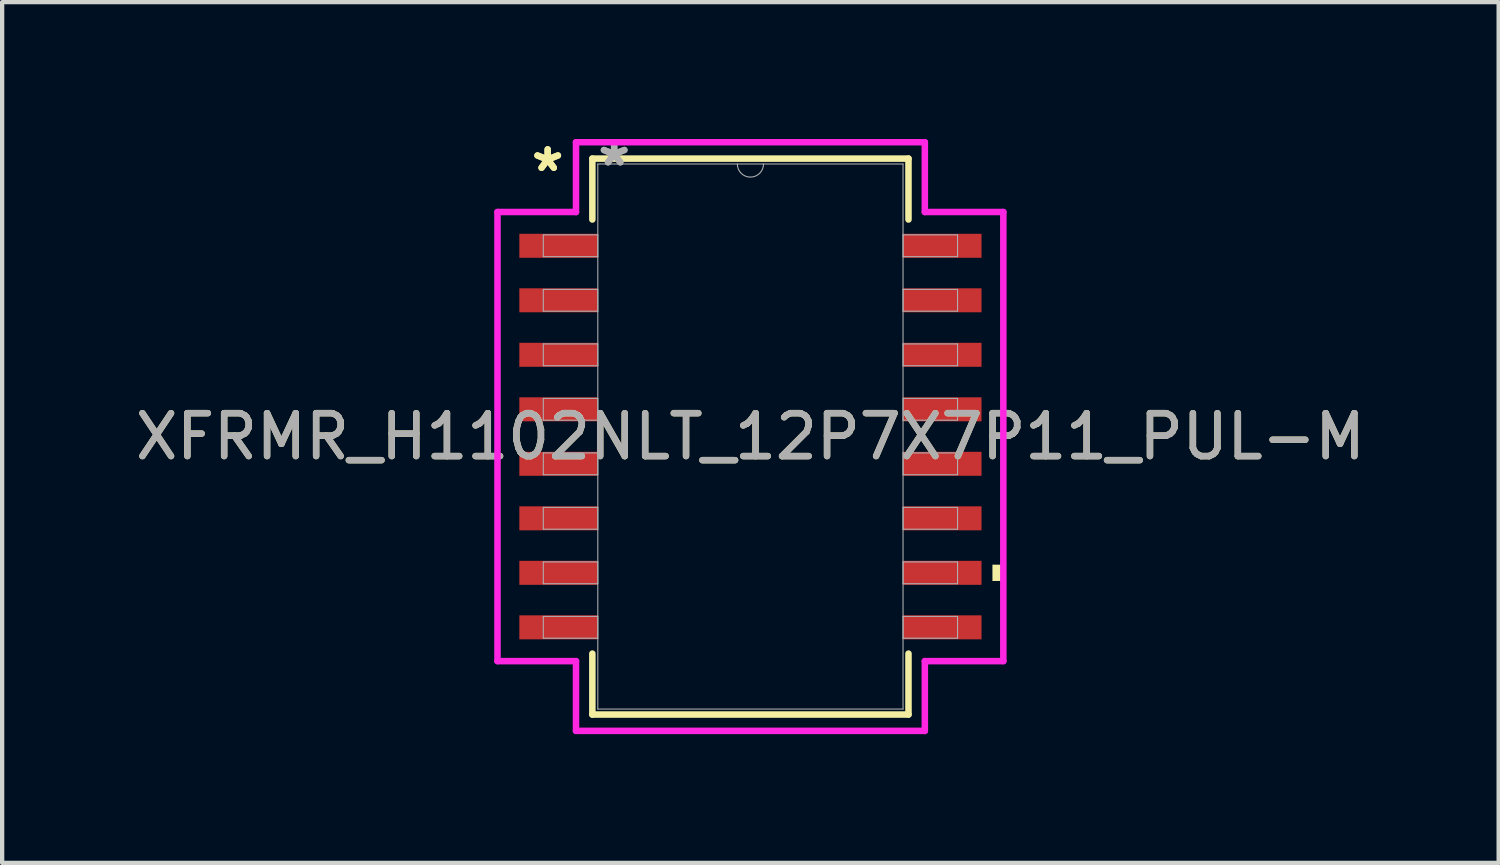
<source format=kicad_pcb>
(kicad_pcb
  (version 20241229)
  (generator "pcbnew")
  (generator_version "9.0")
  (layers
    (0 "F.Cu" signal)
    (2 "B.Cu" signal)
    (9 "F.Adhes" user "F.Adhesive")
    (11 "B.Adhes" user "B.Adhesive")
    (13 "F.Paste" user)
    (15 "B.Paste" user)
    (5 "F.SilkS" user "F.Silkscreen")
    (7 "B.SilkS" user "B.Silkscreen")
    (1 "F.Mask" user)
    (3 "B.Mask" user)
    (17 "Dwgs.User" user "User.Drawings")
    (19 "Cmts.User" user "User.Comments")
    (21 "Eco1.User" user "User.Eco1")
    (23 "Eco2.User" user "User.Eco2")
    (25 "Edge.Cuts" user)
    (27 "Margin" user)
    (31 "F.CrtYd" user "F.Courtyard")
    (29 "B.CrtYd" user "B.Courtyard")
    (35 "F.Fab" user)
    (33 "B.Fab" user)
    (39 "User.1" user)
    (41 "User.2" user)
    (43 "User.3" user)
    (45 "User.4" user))
  (footprint "XFRMR_H1102NLT_12P7X7P11_PUL-M"
    (layer "F.Cu")
    (at 14.435 7.122)
    (property "Reference" "XFRMR_H1102NLT_12P7X7P11_PUL-M" (at 0 0 0) (unlocked yes) (layer "F.SilkS") (effects (font (size 1 1) (thickness 0.15))))
    (attr smd)
    (fp_line (start -3.683 -6.477) (end -3.683 -5.057) (stroke (width 0.152) (type solid)) (layer "F.SilkS"))
    (fp_line (start -3.683 5.057) (end -3.683 6.477) (stroke (width 0.152) (type solid)) (layer "F.SilkS"))
    (fp_line (start -3.683 6.477) (end 3.683 6.477) (stroke (width 0.152) (type solid)) (layer "F.SilkS"))
    (fp_line (start 3.683 -6.477) (end -3.683 -6.477) (stroke (width 0.152) (type solid)) (layer "F.SilkS"))
    (fp_line (start 3.683 -5.057) (end 3.683 -6.477) (stroke (width 0.152) (type solid)) (layer "F.SilkS"))
    (fp_line (start 3.683 6.477) (end 3.683 5.057) (stroke (width 0.152) (type solid)) (layer "F.SilkS"))
    (fp_poly (pts (xy 5.893 2.985) (xy 5.893 3.365) (xy 5.639 3.365) (xy 5.639 2.985)) (stroke (width 0) (type solid)) (fill yes) (layer "F.SilkS"))
    (fp_line (start -5.893 -5.232) (end -4.064 -5.232) (stroke (width 0.152) (type solid)) (layer "F.CrtYd"))
    (fp_line (start -5.893 5.232) (end -5.893 -5.232) (stroke (width 0.152) (type solid)) (layer "F.CrtYd"))
    (fp_line (start -5.893 5.232) (end -4.064 5.232) (stroke (width 0.152) (type solid)) (layer "F.CrtYd"))
    (fp_line (start -4.064 -6.858) (end 4.064 -6.858) (stroke (width 0.152) (type solid)) (layer "F.CrtYd"))
    (fp_line (start -4.064 -5.232) (end -4.064 -6.858) (stroke (width 0.152) (type solid)) (layer "F.CrtYd"))
    (fp_line (start -4.064 6.858) (end -4.064 5.232) (stroke (width 0.152) (type solid)) (layer "F.CrtYd"))
    (fp_line (start 4.064 -6.858) (end 4.064 -5.232) (stroke (width 0.152) (type solid)) (layer "F.CrtYd"))
    (fp_line (start 4.064 5.232) (end 4.064 6.858) (stroke (width 0.152) (type solid)) (layer "F.CrtYd"))
    (fp_line (start 4.064 6.858) (end -4.064 6.858) (stroke (width 0.152) (type solid)) (layer "F.CrtYd"))
    (fp_line (start 5.893 -5.232) (end 4.064 -5.232) (stroke (width 0.152) (type solid)) (layer "F.CrtYd"))
    (fp_line (start 5.893 -5.232) (end 5.893 5.232) (stroke (width 0.152) (type solid)) (layer "F.CrtYd"))
    (fp_line (start 5.893 5.232) (end 4.064 5.232) (stroke (width 0.152) (type solid)) (layer "F.CrtYd"))
    (fp_line (start -4.826 -4.699) (end -4.826 -4.191) (stroke (width 0.025) (type solid)) (layer "F.Fab"))
    (fp_line (start -4.826 -4.191) (end -3.556 -4.191) (stroke (width 0.025) (type solid)) (layer "F.Fab"))
    (fp_line (start -4.826 -3.429) (end -4.826 -2.921) (stroke (width 0.025) (type solid)) (layer "F.Fab"))
    (fp_line (start -4.826 -2.921) (end -3.556 -2.921) (stroke (width 0.025) (type solid)) (layer "F.Fab"))
    (fp_line (start -4.826 -2.159) (end -4.826 -1.651) (stroke (width 0.025) (type solid)) (layer "F.Fab"))
    (fp_line (start -4.826 -1.651) (end -3.556 -1.651) (stroke (width 0.025) (type solid)) (layer "F.Fab"))
    (fp_line (start -4.826 -0.889) (end -4.826 -0.381) (stroke (width 0.025) (type solid)) (layer "F.Fab"))
    (fp_line (start -4.826 -0.381) (end -3.556 -0.381) (stroke (width 0.025) (type solid)) (layer "F.Fab"))
    (fp_line (start -4.826 0.381) (end -4.826 0.889) (stroke (width 0.025) (type solid)) (layer "F.Fab"))
    (fp_line (start -4.826 0.889) (end -3.556 0.889) (stroke (width 0.025) (type solid)) (layer "F.Fab"))
    (fp_line (start -4.826 1.651) (end -4.826 2.159) (stroke (width 0.025) (type solid)) (layer "F.Fab"))
    (fp_line (start -4.826 2.159) (end -3.556 2.159) (stroke (width 0.025) (type solid)) (layer "F.Fab"))
    (fp_line (start -4.826 2.921) (end -4.826 3.429) (stroke (width 0.025) (type solid)) (layer "F.Fab"))
    (fp_line (start -4.826 3.429) (end -3.556 3.429) (stroke (width 0.025) (type solid)) (layer "F.Fab"))
    (fp_line (start -4.826 4.191) (end -4.826 4.699) (stroke (width 0.025) (type solid)) (layer "F.Fab"))
    (fp_line (start -4.826 4.699) (end -3.556 4.699) (stroke (width 0.025) (type solid)) (layer "F.Fab"))
    (fp_line (start -3.556 -6.35) (end -3.556 6.35) (stroke (width 0.025) (type solid)) (layer "F.Fab"))
    (fp_line (start -3.556 -4.699) (end -4.826 -4.699) (stroke (width 0.025) (type solid)) (layer "F.Fab"))
    (fp_line (start -3.556 -4.191) (end -3.556 -4.699) (stroke (width 0.025) (type solid)) (layer "F.Fab"))
    (fp_line (start -3.556 -3.429) (end -4.826 -3.429) (stroke (width 0.025) (type solid)) (layer "F.Fab"))
    (fp_line (start -3.556 -2.921) (end -3.556 -3.429) (stroke (width 0.025) (type solid)) (layer "F.Fab"))
    (fp_line (start -3.556 -2.159) (end -4.826 -2.159) (stroke (width 0.025) (type solid)) (layer "F.Fab"))
    (fp_line (start -3.556 -1.651) (end -3.556 -2.159) (stroke (width 0.025) (type solid)) (layer "F.Fab"))
    (fp_line (start -3.556 -0.889) (end -4.826 -0.889) (stroke (width 0.025) (type solid)) (layer "F.Fab"))
    (fp_line (start -3.556 -0.381) (end -3.556 -0.889) (stroke (width 0.025) (type solid)) (layer "F.Fab"))
    (fp_line (start -3.556 0.381) (end -4.826 0.381) (stroke (width 0.025) (type solid)) (layer "F.Fab"))
    (fp_line (start -3.556 0.889) (end -3.556 0.381) (stroke (width 0.025) (type solid)) (layer "F.Fab"))
    (fp_line (start -3.556 1.651) (end -4.826 1.651) (stroke (width 0.025) (type solid)) (layer "F.Fab"))
    (fp_line (start -3.556 2.159) (end -3.556 1.651) (stroke (width 0.025) (type solid)) (layer "F.Fab"))
    (fp_line (start -3.556 2.921) (end -4.826 2.921) (stroke (width 0.025) (type solid)) (layer "F.Fab"))
    (fp_line (start -3.556 3.429) (end -3.556 2.921) (stroke (width 0.025) (type solid)) (layer "F.Fab"))
    (fp_line (start -3.556 4.191) (end -4.826 4.191) (stroke (width 0.025) (type solid)) (layer "F.Fab"))
    (fp_line (start -3.556 4.699) (end -3.556 4.191) (stroke (width 0.025) (type solid)) (layer "F.Fab"))
    (fp_line (start -3.556 6.35) (end 3.556 6.35) (stroke (width 0.025) (type solid)) (layer "F.Fab"))
    (fp_line (start 3.556 -6.35) (end -3.556 -6.35) (stroke (width 0.025) (type solid)) (layer "F.Fab"))
    (fp_line (start 3.556 -4.699) (end 3.556 -4.191) (stroke (width 0.025) (type solid)) (layer "F.Fab"))
    (fp_line (start 3.556 -4.191) (end 4.826 -4.191) (stroke (width 0.025) (type solid)) (layer "F.Fab"))
    (fp_line (start 3.556 -3.429) (end 3.556 -2.921) (stroke (width 0.025) (type solid)) (layer "F.Fab"))
    (fp_line (start 3.556 -2.921) (end 4.826 -2.921) (stroke (width 0.025) (type solid)) (layer "F.Fab"))
    (fp_line (start 3.556 -2.159) (end 3.556 -1.651) (stroke (width 0.025) (type solid)) (layer "F.Fab"))
    (fp_line (start 3.556 -1.651) (end 4.826 -1.651) (stroke (width 0.025) (type solid)) (layer "F.Fab"))
    (fp_line (start 3.556 -0.889) (end 3.556 -0.381) (stroke (width 0.025) (type solid)) (layer "F.Fab"))
    (fp_line (start 3.556 -0.381) (end 4.826 -0.381) (stroke (width 0.025) (type solid)) (layer "F.Fab"))
    (fp_line (start 3.556 0.381) (end 3.556 0.889) (stroke (width 0.025) (type solid)) (layer "F.Fab"))
    (fp_line (start 3.556 0.889) (end 4.826 0.889) (stroke (width 0.025) (type solid)) (layer "F.Fab"))
    (fp_line (start 3.556 1.651) (end 3.556 2.159) (stroke (width 0.025) (type solid)) (layer "F.Fab"))
    (fp_line (start 3.556 2.159) (end 4.826 2.159) (stroke (width 0.025) (type solid)) (layer "F.Fab"))
    (fp_line (start 3.556 2.921) (end 3.556 3.429) (stroke (width 0.025) (type solid)) (layer "F.Fab"))
    (fp_line (start 3.556 3.429) (end 4.826 3.429) (stroke (width 0.025) (type solid)) (layer "F.Fab"))
    (fp_line (start 3.556 4.191) (end 3.556 4.699) (stroke (width 0.025) (type solid)) (layer "F.Fab"))
    (fp_line (start 3.556 4.699) (end 4.826 4.699) (stroke (width 0.025) (type solid)) (layer "F.Fab"))
    (fp_line (start 3.556 6.35) (end 3.556 -6.35) (stroke (width 0.025) (type solid)) (layer "F.Fab"))
    (fp_line (start 4.826 -4.699) (end 3.556 -4.699) (stroke (width 0.025) (type solid)) (layer "F.Fab"))
    (fp_line (start 4.826 -4.191) (end 4.826 -4.699) (stroke (width 0.025) (type solid)) (layer "F.Fab"))
    (fp_line (start 4.826 -3.429) (end 3.556 -3.429) (stroke (width 0.025) (type solid)) (layer "F.Fab"))
    (fp_line (start 4.826 -2.921) (end 4.826 -3.429) (stroke (width 0.025) (type solid)) (layer "F.Fab"))
    (fp_line (start 4.826 -2.159) (end 3.556 -2.159) (stroke (width 0.025) (type solid)) (layer "F.Fab"))
    (fp_line (start 4.826 -1.651) (end 4.826 -2.159) (stroke (width 0.025) (type solid)) (layer "F.Fab"))
    (fp_line (start 4.826 -0.889) (end 3.556 -0.889) (stroke (width 0.025) (type solid)) (layer "F.Fab"))
    (fp_line (start 4.826 -0.381) (end 4.826 -0.889) (stroke (width 0.025) (type solid)) (layer "F.Fab"))
    (fp_line (start 4.826 0.381) (end 3.556 0.381) (stroke (width 0.025) (type solid)) (layer "F.Fab"))
    (fp_line (start 4.826 0.889) (end 4.826 0.381) (stroke (width 0.025) (type solid)) (layer "F.Fab"))
    (fp_line (start 4.826 1.651) (end 3.556 1.651) (stroke (width 0.025) (type solid)) (layer "F.Fab"))
    (fp_line (start 4.826 2.159) (end 4.826 1.651) (stroke (width 0.025) (type solid)) (layer "F.Fab"))
    (fp_line (start 4.826 2.921) (end 3.556 2.921) (stroke (width 0.025) (type solid)) (layer "F.Fab"))
    (fp_line (start 4.826 3.429) (end 4.826 2.921) (stroke (width 0.025) (type solid)) (layer "F.Fab"))
    (fp_line (start 4.826 4.191) (end 3.556 4.191) (stroke (width 0.025) (type solid)) (layer "F.Fab"))
    (fp_line (start 4.826 4.699) (end 4.826 4.191) (stroke (width 0.025) (type solid)) (layer "F.Fab"))
    (fp_arc (start 0.3048 -6.35) (mid 0 -6.0452) (end -0.3048 -6.35) (stroke (width 0.0254) (type solid)) (layer "F.Fab"))
    (fp_text user "*" (at -4.724 -6.147 0) (unlocked yes) (layer "F.SilkS") (effects (font (size 1 1) (thickness 0.15))))
    (fp_text user "*" (at -4.724 -6.147 0) (layer "F.SilkS") (effects (font (size 1 1) (thickness 0.15))))
    (fp_text user "*" (at -3.175 -6.274 0) (layer "F.Fab") (effects (font (size 1 1) (thickness 0.15))))
    (fp_text user "*" (at -3.175 -6.274 0) (unlocked yes) (layer "F.Fab") (effects (font (size 1 1) (thickness 0.15))))
    (fp_text user "${REFERENCE}" (at 0 0 0) (unlocked yes) (layer "F.Fab") (effects (font (size 1 1) (thickness 0.15))))
    (pad "1" smd rect (at -4.47 -4.445) (size 1.829 0.559) (layers "F.Cu" "F.Mask" "F.Paste"))
    (pad "2" smd rect (at -4.47 -3.175) (size 1.829 0.559) (layers "F.Cu" "F.Mask" "F.Paste"))
    (pad "3" smd rect (at -4.47 -1.905) (size 1.829 0.559) (layers "F.Cu" "F.Mask" "F.Paste"))
    (pad "4" smd rect (at -4.47 -0.635) (size 1.829 0.559) (layers "F.Cu" "F.Mask" "F.Paste"))
    (pad "5" smd rect (at -4.47 0.635) (size 1.829 0.559) (layers "F.Cu" "F.Mask" "F.Paste"))
    (pad "6" smd rect (at -4.47 1.905) (size 1.829 0.559) (layers "F.Cu" "F.Mask" "F.Paste"))
    (pad "7" smd rect (at -4.47 3.175) (size 1.829 0.559) (layers "F.Cu" "F.Mask" "F.Paste"))
    (pad "8" smd rect (at -4.47 4.445) (size 1.829 0.559) (layers "F.Cu" "F.Mask" "F.Paste"))
    (pad "9" smd rect (at 4.47 4.445) (size 1.829 0.559) (layers "F.Cu" "F.Mask" "F.Paste"))
    (pad "10" smd rect (at 4.47 3.175) (size 1.829 0.559) (layers "F.Cu" "F.Mask" "F.Paste"))
    (pad "11" smd rect (at 4.47 1.905) (size 1.829 0.559) (layers "F.Cu" "F.Mask" "F.Paste"))
    (pad "12" smd rect (at 4.47 0.635) (size 1.829 0.559) (layers "F.Cu" "F.Mask" "F.Paste"))
    (pad "13" smd rect (at 4.47 -0.635) (size 1.829 0.559) (layers "F.Cu" "F.Mask" "F.Paste"))
    (pad "14" smd rect (at 4.47 -1.905) (size 1.829 0.559) (layers "F.Cu" "F.Mask" "F.Paste"))
    (pad "15" smd rect (at 4.47 -3.175) (size 1.829 0.559) (layers "F.Cu" "F.Mask" "F.Paste"))
    (pad "16" smd rect (at 4.47 -4.445) (size 1.829 0.559) (layers "F.Cu" "F.Mask" "F.Paste")))
  (gr_rect
    (start -3 -3)
    (end 31.869 17.056)
    (stroke (width 0.1) (type default))
    (fill no)
    (layer "Edge.Cuts")))
</source>
